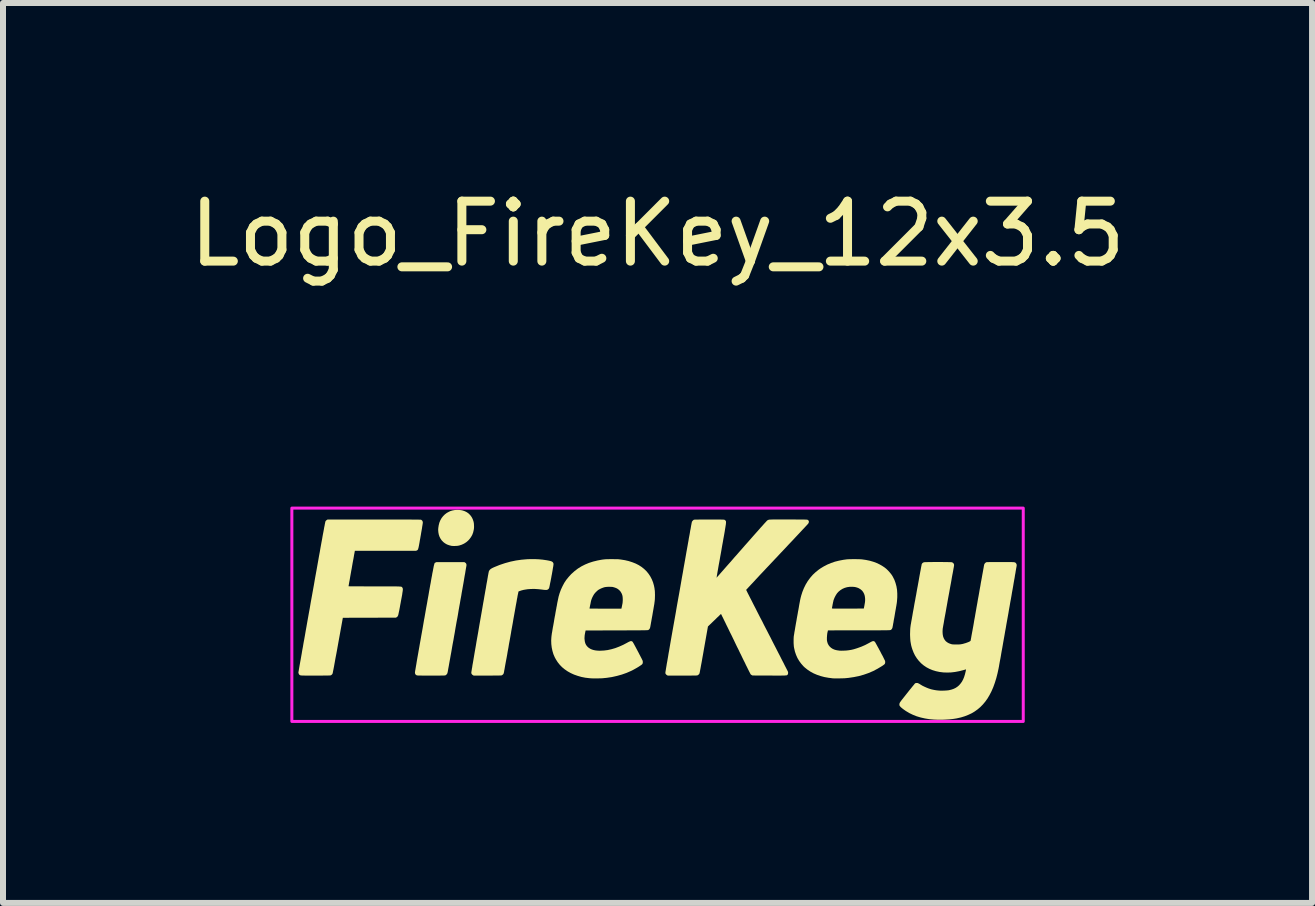
<source format=kicad_pcb>
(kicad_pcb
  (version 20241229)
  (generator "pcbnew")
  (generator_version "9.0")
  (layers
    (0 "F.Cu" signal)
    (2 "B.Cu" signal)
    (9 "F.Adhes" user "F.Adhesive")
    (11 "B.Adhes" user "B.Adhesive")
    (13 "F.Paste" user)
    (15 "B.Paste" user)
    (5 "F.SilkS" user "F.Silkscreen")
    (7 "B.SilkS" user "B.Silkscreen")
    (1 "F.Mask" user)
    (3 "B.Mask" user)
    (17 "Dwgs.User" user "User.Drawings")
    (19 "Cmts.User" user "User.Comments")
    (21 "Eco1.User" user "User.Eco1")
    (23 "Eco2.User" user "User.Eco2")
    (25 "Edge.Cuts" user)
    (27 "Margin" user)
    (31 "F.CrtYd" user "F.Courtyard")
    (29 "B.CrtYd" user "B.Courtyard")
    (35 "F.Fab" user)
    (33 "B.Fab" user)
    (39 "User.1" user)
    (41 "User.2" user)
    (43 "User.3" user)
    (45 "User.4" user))
  (footprint "Logo_FireKey_12x3.5"
    (layer "F.Cu")
    (at 7.911 7.198)
    (property "Reference" "Logo_FireKey_12x3.5" (at 0 -6.35 0) (unlocked yes) (layer "F.SilkS") (effects (font (size 1 1) (thickness 0.15))))
    (attr smd)
    (fp_poly (pts (xy -3.305 -1.748) (xy -3.269 -1.743) (xy -3.247 -1.738) (xy -3.21 -1.725) (xy -3.177 -1.708) (xy -3.147 -1.686) (xy -3.121 -1.659) (xy -3.099 -1.629) (xy -3.082 -1.596) (xy -3.069 -1.559) (xy -3.064 -1.537) (xy -3.061 -1.517) (xy -3.06 -1.493) (xy -3.059 -1.468) (xy -3.06 -1.443) (xy -3.063 -1.421) (xy -3.064 -1.415) (xy -3.074 -1.372) (xy -3.089 -1.332) (xy -3.11 -1.295) (xy -3.135 -1.261) (xy -3.157 -1.237) (xy -3.19 -1.209) (xy -3.226 -1.186) (xy -3.265 -1.168) (xy -3.305 -1.155) (xy -3.31 -1.154) (xy -3.33 -1.15) (xy -3.354 -1.148) (xy -3.379 -1.147) (xy -3.404 -1.147) (xy -3.425 -1.148) (xy -3.435 -1.149) (xy -3.474 -1.159) (xy -3.51 -1.172) (xy -3.543 -1.191) (xy -3.572 -1.213) (xy -3.597 -1.239) (xy -3.618 -1.269) (xy -3.635 -1.302) (xy -3.647 -1.338) (xy -3.654 -1.376) (xy -3.657 -1.417) (xy -3.655 -1.447) (xy -3.648 -1.493) (xy -3.637 -1.536) (xy -3.621 -1.575) (xy -3.6 -1.612) (xy -3.575 -1.644) (xy -3.546 -1.673) (xy -3.513 -1.698) (xy -3.476 -1.718) (xy -3.452 -1.729) (xy -3.418 -1.739) (xy -3.381 -1.746) (xy -3.343 -1.749)) (stroke (width 0) (type solid)) (fill yes) (layer "F.SilkS"))
    (fp_poly (pts (xy -3.209 -0.871) (xy -3.196 -0.861) (xy -3.188 -0.848) (xy -3.185 -0.832) (xy -3.185 -0.828) (xy -3.185 -0.824) (xy -3.187 -0.814) (xy -3.189 -0.799) (xy -3.193 -0.78) (xy -3.197 -0.755) (xy -3.202 -0.726) (xy -3.207 -0.693) (xy -3.214 -0.657) (xy -3.221 -0.616) (xy -3.228 -0.573) (xy -3.236 -0.526) (xy -3.245 -0.476) (xy -3.254 -0.424) (xy -3.264 -0.37) (xy -3.273 -0.314) (xy -3.284 -0.256) (xy -3.294 -0.196) (xy -3.305 -0.136) (xy -3.316 -0.074) (xy -3.326 -0.012) (xy -3.337 0.051) (xy -3.349 0.113) (xy -3.36 0.175) (xy -3.371 0.237) (xy -3.381 0.299) (xy -3.392 0.359) (xy -3.402 0.418) (xy -3.413 0.475) (xy -3.423 0.531) (xy -3.432 0.584) (xy -3.441 0.636) (xy -3.45 0.684) (xy -3.458 0.73) (xy -3.466 0.773) (xy -3.473 0.812) (xy -3.479 0.847) (xy -3.485 0.879) (xy -3.49 0.906) (xy -3.494 0.929) (xy -3.497 0.947) (xy -3.5 0.96) (xy -3.502 0.968) (xy -3.502 0.97) (xy -3.509 0.985) (xy -3.52 0.998) (xy -3.533 1.008) (xy -3.54 1.01) (xy -3.544 1.011) (xy -3.551 1.012) (xy -3.561 1.012) (xy -3.575 1.013) (xy -3.592 1.013) (xy -3.613 1.013) (xy -3.639 1.014) (xy -3.67 1.014) (xy -3.706 1.014) (xy -3.747 1.014) (xy -3.778 1.014) (xy -3.82 1.014) (xy -3.857 1.014) (xy -3.888 1.014) (xy -3.915 1.014) (xy -3.937 1.013) (xy -3.956 1.013) (xy -3.971 1.013) (xy -3.983 1.013) (xy -3.993 1.012) (xy -4 1.012) (xy -4.006 1.011) (xy -4.01 1.01) (xy -4.013 1.01) (xy -4.015 1.009) (xy -4.016 1.008) (xy -4.03 1) (xy -4.038 0.989) (xy -4.043 0.975) (xy -4.044 0.96) (xy -4.044 0.956) (xy -4.042 0.946) (xy -4.04 0.931) (xy -4.036 0.911) (xy -4.032 0.887) (xy -4.027 0.857) (xy -4.021 0.823) (xy -4.015 0.785) (xy -4.008 0.743) (xy -4 0.698) (xy -3.991 0.648) (xy -3.982 0.596) (xy -3.972 0.54) (xy -3.962 0.482) (xy -3.951 0.421) (xy -3.94 0.357) (xy -3.928 0.291) (xy -3.916 0.224) (xy -3.904 0.154) (xy -3.892 0.083) (xy -3.886 0.053) (xy -3.871 -0.033) (xy -3.857 -0.114) (xy -3.843 -0.189) (xy -3.831 -0.259) (xy -3.819 -0.324) (xy -3.809 -0.384) (xy -3.799 -0.44) (xy -3.79 -0.491) (xy -3.781 -0.537) (xy -3.774 -0.58) (xy -3.767 -0.619) (xy -3.76 -0.654) (xy -3.755 -0.686) (xy -3.749 -0.714) (xy -3.744 -0.739) (xy -3.74 -0.762) (xy -3.736 -0.781) (xy -3.733 -0.798) (xy -3.73 -0.813) (xy -3.727 -0.825) (xy -3.724 -0.835) (xy -3.722 -0.844) (xy -3.72 -0.851) (xy -3.718 -0.856) (xy -3.716 -0.86) (xy -3.714 -0.863) (xy -3.712 -0.866) (xy -3.711 -0.867) (xy -3.709 -0.868) (xy -3.707 -0.869) (xy -3.705 -0.869) (xy -3.703 -0.87) (xy -3.701 -0.871) (xy -3.7 -0.871) (xy -3.686 -0.878) (xy -3.221 -0.878)) (stroke (width 0) (type solid)) (fill yes) (layer "F.SilkS"))
    (fp_poly (pts (xy -2.05 -0.928) (xy -1.982 -0.925) (xy -1.916 -0.919) (xy -1.848 -0.909) (xy -1.811 -0.902) (xy -1.79 -0.897) (xy -1.774 -0.893) (xy -1.761 -0.887) (xy -1.752 -0.881) (xy -1.745 -0.874) (xy -1.742 -0.87) (xy -1.738 -0.862) (xy -1.735 -0.854) (xy -1.735 -0.843) (xy -1.735 -0.841) (xy -1.735 -0.833) (xy -1.737 -0.821) (xy -1.739 -0.805) (xy -1.743 -0.785) (xy -1.747 -0.761) (xy -1.751 -0.735) (xy -1.756 -0.708) (xy -1.761 -0.678) (xy -1.767 -0.649) (xy -1.772 -0.619) (xy -1.778 -0.589) (xy -1.783 -0.561) (xy -1.789 -0.534) (xy -1.794 -0.509) (xy -1.798 -0.487) (xy -1.802 -0.469) (xy -1.805 -0.455) (xy -1.808 -0.446) (xy -1.809 -0.442) (xy -1.819 -0.429) (xy -1.828 -0.422) (xy -1.836 -0.418) (xy -1.844 -0.415) (xy -1.855 -0.414) (xy -1.868 -0.414) (xy -1.884 -0.415) (xy -1.905 -0.417) (xy -1.926 -0.42) (xy -1.99 -0.427) (xy -2.052 -0.431) (xy -2.111 -0.43) (xy -2.166 -0.426) (xy -2.217 -0.418) (xy -2.234 -0.415) (xy -2.249 -0.411) (xy -2.265 -0.407) (xy -2.281 -0.402) (xy -2.295 -0.397) (xy -2.307 -0.393) (xy -2.315 -0.389) (xy -2.318 -0.388) (xy -2.318 -0.386) (xy -2.32 -0.382) (xy -2.321 -0.374) (xy -2.323 -0.363) (xy -2.326 -0.349) (xy -2.33 -0.332) (xy -2.334 -0.311) (xy -2.338 -0.286) (xy -2.344 -0.258) (xy -2.349 -0.225) (xy -2.356 -0.188) (xy -2.364 -0.146) (xy -2.372 -0.1) (xy -2.381 -0.049) (xy -2.391 0.007) (xy -2.402 0.067) (xy -2.413 0.134) (xy -2.426 0.205) (xy -2.44 0.282) (xy -2.441 0.291) (xy -2.453 0.36) (xy -2.465 0.427) (xy -2.477 0.491) (xy -2.487 0.553) (xy -2.498 0.61) (xy -2.507 0.665) (xy -2.516 0.715) (xy -2.525 0.762) (xy -2.533 0.805) (xy -2.54 0.843) (xy -2.546 0.877) (xy -2.551 0.907) (xy -2.556 0.931) (xy -2.559 0.951) (xy -2.562 0.965) (xy -2.564 0.974) (xy -2.565 0.977) (xy -2.573 0.991) (xy -2.585 1.002) (xy -2.598 1.01) (xy -2.598 1.01) (xy -2.602 1.011) (xy -2.609 1.011) (xy -2.62 1.012) (xy -2.634 1.012) (xy -2.653 1.013) (xy -2.676 1.013) (xy -2.705 1.013) (xy -2.737 1.013) (xy -2.776 1.014) (xy -2.819 1.014) (xy -2.836 1.014) (xy -3.064 1.014) (xy -3.077 1.007) (xy -3.091 0.997) (xy -3.1 0.984) (xy -3.105 0.971) (xy -3.105 0.968) (xy -3.104 0.961) (xy -3.103 0.951) (xy -3.101 0.938) (xy -3.098 0.921) (xy -3.095 0.899) (xy -3.09 0.874) (xy -3.086 0.844) (xy -3.08 0.811) (xy -3.073 0.772) (xy -3.066 0.729) (xy -3.058 0.682) (xy -3.049 0.629) (xy -3.039 0.572) (xy -3.028 0.51) (xy -3.017 0.442) (xy -3.004 0.369) (xy -2.99 0.29) (xy -2.976 0.206) (xy -2.972 0.183) (xy -2.957 0.097) (xy -2.943 0.017) (xy -2.93 -0.057) (xy -2.918 -0.127) (xy -2.907 -0.191) (xy -2.896 -0.251) (xy -2.887 -0.306) (xy -2.878 -0.356) (xy -2.87 -0.403) (xy -2.862 -0.445) (xy -2.856 -0.483) (xy -2.85 -0.518) (xy -2.844 -0.549) (xy -2.839 -0.577) (xy -2.835 -0.602) (xy -2.831 -0.624) (xy -2.828 -0.643) (xy -2.825 -0.659) (xy -2.822 -0.674) (xy -2.82 -0.686) (xy -2.818 -0.696) (xy -2.816 -0.704) (xy -2.815 -0.711) (xy -2.814 -0.716) (xy -2.813 -0.72) (xy -2.812 -0.723) (xy -2.811 -0.725) (xy -2.811 -0.727) (xy -2.81 -0.728) (xy -2.81 -0.729) (xy -2.809 -0.73) (xy -2.808 -0.73) (xy -2.808 -0.732) (xy -2.808 -0.732) (xy -2.801 -0.744) (xy -2.792 -0.754) (xy -2.78 -0.764) (xy -2.766 -0.773) (xy -2.747 -0.783) (xy -2.723 -0.794) (xy -2.723 -0.794) (xy -2.632 -0.831) (xy -2.542 -0.861) (xy -2.451 -0.886) (xy -2.36 -0.905) (xy -2.268 -0.918) (xy -2.175 -0.926) (xy -2.121 -0.928)) (stroke (width 0) (type solid)) (fill yes) (layer "F.SilkS"))
    (fp_poly (pts (xy -4.645 -1.588) (xy -4.571 -1.588) (xy -4.502 -1.588) (xy -4.439 -1.588) (xy -4.38 -1.588) (xy -4.327 -1.588) (xy -4.278 -1.588) (xy -4.233 -1.588) (xy -4.192 -1.588) (xy -4.156 -1.588) (xy -4.123 -1.588) (xy -4.094 -1.587) (xy -4.068 -1.587) (xy -4.045 -1.587) (xy -4.025 -1.587) (xy -4.008 -1.587) (xy -3.994 -1.587) (xy -3.981 -1.586) (xy -3.971 -1.586) (xy -3.963 -1.586) (xy -3.956 -1.585) (xy -3.951 -1.585) (xy -3.947 -1.585) (xy -3.944 -1.584) (xy -3.942 -1.584) (xy -3.94 -1.583) (xy -3.94 -1.583) (xy -3.926 -1.573) (xy -3.917 -1.559) (xy -3.913 -1.542) (xy -3.913 -1.542) (xy -3.913 -1.536) (xy -3.914 -1.526) (xy -3.916 -1.512) (xy -3.919 -1.493) (xy -3.923 -1.47) (xy -3.927 -1.441) (xy -3.933 -1.407) (xy -3.94 -1.368) (xy -3.947 -1.324) (xy -3.949 -1.315) (xy -3.956 -1.273) (xy -3.963 -1.237) (xy -3.968 -1.205) (xy -3.973 -1.178) (xy -3.977 -1.156) (xy -3.981 -1.137) (xy -3.984 -1.121) (xy -3.988 -1.109) (xy -3.99 -1.099) (xy -3.993 -1.092) (xy -3.996 -1.086) (xy -3.999 -1.082) (xy -4.002 -1.079) (xy -4.005 -1.076) (xy -4.009 -1.074) (xy -4.013 -1.073) (xy -4.025 -1.066) (xy -5.046 -1.066) (xy -5.047 -1.058) (xy -5.048 -1.054) (xy -5.05 -1.045) (xy -5.052 -1.03) (xy -5.056 -1.012) (xy -5.06 -0.99) (xy -5.064 -0.964) (xy -5.069 -0.936) (xy -5.075 -0.905) (xy -5.081 -0.873) (xy -5.087 -0.839) (xy -5.093 -0.804) (xy -5.099 -0.768) (xy -5.106 -0.733) (xy -5.112 -0.698) (xy -5.118 -0.664) (xy -5.124 -0.631) (xy -5.129 -0.6) (xy -5.134 -0.571) (xy -5.139 -0.546) (xy -5.143 -0.523) (xy -5.146 -0.504) (xy -5.149 -0.49) (xy -5.15 -0.48) (xy -5.151 -0.475) (xy -5.151 -0.475) (xy -5.148 -0.475) (xy -5.14 -0.475) (xy -5.126 -0.474) (xy -5.108 -0.474) (xy -5.085 -0.474) (xy -5.058 -0.474) (xy -5.026 -0.474) (xy -4.992 -0.474) (xy -4.954 -0.474) (xy -4.913 -0.474) (xy -4.869 -0.473) (xy -4.823 -0.473) (xy -4.775 -0.473) (xy -4.725 -0.473) (xy -4.717 -0.473) (xy -4.657 -0.473) (xy -4.603 -0.473) (xy -4.554 -0.473) (xy -4.51 -0.473) (xy -4.471 -0.473) (xy -4.436 -0.473) (xy -4.405 -0.473) (xy -4.379 -0.473) (xy -4.356 -0.473) (xy -4.336 -0.472) (xy -4.319 -0.472) (xy -4.305 -0.471) (xy -4.294 -0.47) (xy -4.284 -0.47) (xy -4.277 -0.469) (xy -4.271 -0.467) (xy -4.267 -0.466) (xy -4.264 -0.465) (xy -4.262 -0.463) (xy -4.26 -0.461) (xy -4.258 -0.459) (xy -4.257 -0.456) (xy -4.255 -0.454) (xy -4.255 -0.453) (xy -4.252 -0.45) (xy -4.25 -0.446) (xy -4.248 -0.441) (xy -4.247 -0.436) (xy -4.246 -0.429) (xy -4.246 -0.42) (xy -4.247 -0.41) (xy -4.248 -0.396) (xy -4.251 -0.38) (xy -4.254 -0.361) (xy -4.257 -0.337) (xy -4.262 -0.31) (xy -4.268 -0.278) (xy -4.275 -0.241) (xy -4.282 -0.202) (xy -4.29 -0.16) (xy -4.296 -0.125) (xy -4.302 -0.094) (xy -4.307 -0.067) (xy -4.312 -0.045) (xy -4.316 -0.027) (xy -4.319 -0.011) (xy -4.322 0.001) (xy -4.325 0.011) (xy -4.329 0.018) (xy -4.332 0.024) (xy -4.335 0.029) (xy -4.338 0.033) (xy -4.342 0.036) (xy -4.347 0.039) (xy -4.347 0.039) (xy -4.36 0.048) (xy -4.803 0.049) (xy -5.246 0.05) (xy -5.329 0.509) (xy -5.338 0.56) (xy -5.347 0.61) (xy -5.356 0.658) (xy -5.365 0.704) (xy -5.373 0.747) (xy -5.38 0.788) (xy -5.387 0.826) (xy -5.393 0.86) (xy -5.399 0.891) (xy -5.404 0.917) (xy -5.409 0.94) (xy -5.412 0.958) (xy -5.415 0.971) (xy -5.417 0.978) (xy -5.417 0.98) (xy -5.426 0.994) (xy -5.439 1.005) (xy -5.452 1.011) (xy -5.457 1.011) (xy -5.468 1.012) (xy -5.484 1.012) (xy -5.507 1.013) (xy -5.534 1.013) (xy -5.567 1.013) (xy -5.606 1.014) (xy -5.649 1.014) (xy -5.698 1.014) (xy -5.704 1.014) (xy -5.747 1.014) (xy -5.785 1.014) (xy -5.817 1.014) (xy -5.845 1.014) (xy -5.869 1.014) (xy -5.889 1.013) (xy -5.905 1.013) (xy -5.919 1.013) (xy -5.929 1.012) (xy -5.937 1.012) (xy -5.944 1.011) (xy -5.948 1.011) (xy -5.952 1.01) (xy -5.954 1.009) (xy -5.956 1.008) (xy -5.965 1.004) (xy -5.972 0.999) (xy -5.973 0.997) (xy -5.979 0.988) (xy -5.984 0.976) (xy -5.987 0.964) (xy -5.987 0.962) (xy -5.986 0.958) (xy -5.985 0.949) (xy -5.982 0.935) (xy -5.979 0.915) (xy -5.975 0.891) (xy -5.97 0.862) (xy -5.964 0.828) (xy -5.957 0.789) (xy -5.949 0.746) (xy -5.941 0.699) (xy -5.932 0.649) (xy -5.923 0.594) (xy -5.912 0.536) (xy -5.902 0.475) (xy -5.89 0.411) (xy -5.878 0.344) (xy -5.866 0.273) (xy -5.853 0.201) (xy -5.84 0.126) (xy -5.826 0.048) (xy -5.812 -0.031) (xy -5.797 -0.112) (xy -5.783 -0.195) (xy -5.768 -0.279) (xy -5.765 -0.295) (xy -5.746 -0.4) (xy -5.728 -0.5) (xy -5.712 -0.594) (xy -5.696 -0.682) (xy -5.681 -0.765) (xy -5.667 -0.844) (xy -5.654 -0.917) (xy -5.642 -0.986) (xy -5.63 -1.049) (xy -5.62 -1.109) (xy -5.61 -1.164) (xy -5.601 -1.214) (xy -5.592 -1.261) (xy -5.585 -1.303) (xy -5.578 -1.342) (xy -5.571 -1.377) (xy -5.565 -1.409) (xy -5.56 -1.437) (xy -5.556 -1.461) (xy -5.551 -1.483) (xy -5.548 -1.501) (xy -5.545 -1.517) (xy -5.542 -1.53) (xy -5.54 -1.54) (xy -5.539 -1.548) (xy -5.537 -1.553) (xy -5.536 -1.557) (xy -5.536 -1.557) (xy -5.527 -1.57) (xy -5.515 -1.579) (xy -5.501 -1.588) (xy -4.725 -1.588)) (stroke (width 0) (type solid)) (fill yes) (layer "F.SilkS"))
    (fp_poly (pts (xy 3.318 -0.927) (xy 3.344 -0.927) (xy 3.367 -0.926) (xy 3.387 -0.925) (xy 3.403 -0.924) (xy 3.405 -0.924) (xy 3.474 -0.914) (xy 3.537 -0.901) (xy 3.596 -0.884) (xy 3.652 -0.863) (xy 3.703 -0.839) (xy 3.751 -0.811) (xy 3.784 -0.789) (xy 3.813 -0.766) (xy 3.842 -0.738) (xy 3.87 -0.707) (xy 3.896 -0.675) (xy 3.917 -0.643) (xy 3.923 -0.632) (xy 3.948 -0.583) (xy 3.967 -0.53) (xy 3.982 -0.475) (xy 3.992 -0.416) (xy 3.996 -0.355) (xy 3.996 -0.291) (xy 3.991 -0.225) (xy 3.987 -0.19) (xy 3.985 -0.181) (xy 3.983 -0.167) (xy 3.98 -0.148) (xy 3.976 -0.127) (xy 3.972 -0.102) (xy 3.967 -0.075) (xy 3.962 -0.047) (xy 3.957 -0.017) (xy 3.952 0.013) (xy 3.947 0.043) (xy 3.941 0.073) (xy 3.936 0.101) (xy 3.932 0.128) (xy 3.927 0.152) (xy 3.924 0.173) (xy 3.92 0.191) (xy 3.918 0.204) (xy 3.916 0.213) (xy 3.915 0.216) (xy 3.909 0.231) (xy 3.899 0.244) (xy 3.888 0.253) (xy 3.887 0.253) (xy 3.885 0.254) (xy 3.884 0.254) (xy 3.881 0.255) (xy 3.878 0.255) (xy 3.873 0.256) (xy 3.868 0.256) (xy 3.86 0.257) (xy 3.851 0.257) (xy 3.84 0.257) (xy 3.826 0.258) (xy 3.809 0.258) (xy 3.79 0.258) (xy 3.767 0.258) (xy 3.741 0.258) (xy 3.712 0.259) (xy 3.678 0.259) (xy 3.64 0.259) (xy 3.598 0.259) (xy 3.551 0.259) (xy 3.499 0.259) (xy 3.441 0.259) (xy 3.378 0.259) (xy 3.358 0.259) (xy 2.84 0.26) (xy 2.839 0.267) (xy 2.833 0.291) (xy 2.829 0.311) (xy 2.827 0.329) (xy 2.825 0.348) (xy 2.824 0.369) (xy 2.823 0.376) (xy 2.823 0.396) (xy 2.823 0.411) (xy 2.823 0.424) (xy 2.825 0.435) (xy 2.827 0.445) (xy 2.827 0.446) (xy 2.836 0.477) (xy 2.851 0.506) (xy 2.87 0.53) (xy 2.893 0.551) (xy 2.921 0.569) (xy 2.952 0.582) (xy 2.97 0.587) (xy 2.992 0.592) (xy 3.014 0.595) (xy 3.036 0.598) (xy 3.061 0.599) (xy 3.089 0.598) (xy 3.102 0.598) (xy 3.146 0.596) (xy 3.189 0.591) (xy 3.231 0.584) (xy 3.273 0.574) (xy 3.318 0.56) (xy 3.33 0.556) (xy 3.397 0.532) (xy 3.461 0.504) (xy 3.522 0.472) (xy 3.535 0.465) (xy 3.556 0.453) (xy 3.573 0.445) (xy 3.586 0.44) (xy 3.598 0.439) (xy 3.607 0.44) (xy 3.616 0.445) (xy 3.622 0.451) (xy 3.626 0.455) (xy 3.631 0.464) (xy 3.639 0.478) (xy 3.648 0.494) (xy 3.659 0.514) (xy 3.671 0.536) (xy 3.684 0.559) (xy 3.697 0.584) (xy 3.711 0.609) (xy 3.724 0.635) (xy 3.737 0.66) (xy 3.75 0.683) (xy 3.761 0.705) (xy 3.771 0.725) (xy 3.779 0.742) (xy 3.786 0.755) (xy 3.79 0.764) (xy 3.792 0.768) (xy 3.795 0.787) (xy 3.793 0.805) (xy 3.787 0.82) (xy 3.781 0.826) (xy 3.771 0.834) (xy 3.756 0.845) (xy 3.741 0.855) (xy 3.668 0.899) (xy 3.594 0.938) (xy 3.517 0.971) (xy 3.437 0.999) (xy 3.355 1.022) (xy 3.27 1.039) (xy 3.182 1.052) (xy 3.12 1.058) (xy 3.106 1.058) (xy 3.089 1.059) (xy 3.068 1.059) (xy 3.045 1.06) (xy 3.02 1.06) (xy 2.996 1.06) (xy 2.973 1.06) (xy 2.953 1.06) (xy 2.935 1.06) (xy 2.922 1.059) (xy 2.918 1.059) (xy 2.848 1.05) (xy 2.781 1.038) (xy 2.717 1.021) (xy 2.656 1) (xy 2.6 0.976) (xy 2.547 0.947) (xy 2.498 0.914) (xy 2.453 0.878) (xy 2.432 0.858) (xy 2.394 0.815) (xy 2.361 0.77) (xy 2.332 0.721) (xy 2.309 0.669) (xy 2.29 0.614) (xy 2.277 0.557) (xy 2.276 0.552) (xy 2.272 0.529) (xy 2.27 0.502) (xy 2.268 0.472) (xy 2.268 0.441) (xy 2.268 0.41) (xy 2.269 0.382) (xy 2.271 0.356) (xy 2.271 0.354) (xy 2.273 0.346) (xy 2.275 0.333) (xy 2.278 0.315) (xy 2.281 0.293) (xy 2.286 0.267) (xy 2.291 0.238) (xy 2.296 0.206) (xy 2.302 0.172) (xy 2.308 0.137) (xy 2.315 0.1) (xy 2.321 0.062) (xy 2.328 0.024) (xy 2.335 -0.013) (xy 2.341 -0.05) (xy 2.348 -0.085) (xy 2.352 -0.108) (xy 2.907 -0.108) (xy 2.907 -0.107) (xy 2.908 -0.106) (xy 2.91 -0.105) (xy 2.913 -0.105) (xy 2.917 -0.104) (xy 2.923 -0.104) (xy 2.932 -0.103) (xy 2.943 -0.103) (xy 2.958 -0.103) (xy 2.975 -0.103) (xy 2.997 -0.103) (xy 3.022 -0.103) (xy 3.052 -0.103) (xy 3.087 -0.103) (xy 3.127 -0.103) (xy 3.172 -0.103) (xy 3.172 -0.103) (xy 3.438 -0.104) (xy 3.447 -0.149) (xy 3.453 -0.183) (xy 3.458 -0.212) (xy 3.46 -0.238) (xy 3.46 -0.262) (xy 3.459 -0.279) (xy 3.454 -0.315) (xy 3.444 -0.347) (xy 3.429 -0.376) (xy 3.411 -0.401) (xy 3.387 -0.422) (xy 3.36 -0.439) (xy 3.353 -0.443) (xy 3.331 -0.452) (xy 3.308 -0.459) (xy 3.285 -0.464) (xy 3.258 -0.466) (xy 3.246 -0.467) (xy 3.202 -0.466) (xy 3.16 -0.46) (xy 3.121 -0.449) (xy 3.084 -0.433) (xy 3.05 -0.412) (xy 3.019 -0.387) (xy 2.993 -0.359) (xy 2.979 -0.338) (xy 2.964 -0.313) (xy 2.951 -0.287) (xy 2.94 -0.26) (xy 2.932 -0.237) (xy 2.93 -0.225) (xy 2.926 -0.211) (xy 2.923 -0.194) (xy 2.919 -0.176) (xy 2.916 -0.158) (xy 2.913 -0.142) (xy 2.91 -0.127) (xy 2.908 -0.116) (xy 2.907 -0.109) (xy 2.907 -0.108) (xy 2.352 -0.108) (xy 2.354 -0.119) (xy 2.359 -0.15) (xy 2.364 -0.178) (xy 2.369 -0.204) (xy 2.373 -0.225) (xy 2.376 -0.242) (xy 2.377 -0.247) (xy 2.385 -0.283) (xy 2.395 -0.321) (xy 2.407 -0.358) (xy 2.413 -0.378) (xy 2.439 -0.443) (xy 2.469 -0.504) (xy 2.504 -0.562) (xy 2.543 -0.615) (xy 2.586 -0.665) (xy 2.634 -0.71) (xy 2.686 -0.752) (xy 2.716 -0.773) (xy 2.772 -0.807) (xy 2.83 -0.837) (xy 2.892 -0.863) (xy 2.956 -0.885) (xy 3.024 -0.902) (xy 3.096 -0.916) (xy 3.154 -0.924) (xy 3.168 -0.925) (xy 3.187 -0.926) (xy 3.21 -0.927) (xy 3.236 -0.927) (xy 3.263 -0.928) (xy 3.291 -0.928)) (stroke (width 0) (type solid)) (fill yes) (layer "F.SilkS"))
    (fp_poly (pts (xy -0.728 -0.927) (xy -0.705 -0.927) (xy -0.685 -0.927) (xy -0.668 -0.926) (xy -0.654 -0.926) (xy -0.64 -0.924) (xy -0.627 -0.923) (xy -0.613 -0.921) (xy -0.612 -0.921) (xy -0.543 -0.91) (xy -0.48 -0.895) (xy -0.421 -0.876) (xy -0.365 -0.854) (xy -0.314 -0.828) (xy -0.267 -0.798) (xy -0.224 -0.764) (xy -0.22 -0.76) (xy -0.182 -0.723) (xy -0.149 -0.682) (xy -0.12 -0.638) (xy -0.095 -0.59) (xy -0.075 -0.54) (xy -0.06 -0.487) (xy -0.051 -0.442) (xy -0.049 -0.422) (xy -0.046 -0.406) (xy -0.045 -0.391) (xy -0.044 -0.376) (xy -0.044 -0.359) (xy -0.043 -0.34) (xy -0.043 -0.324) (xy -0.044 -0.289) (xy -0.045 -0.258) (xy -0.048 -0.228) (xy -0.052 -0.198) (xy -0.054 -0.18) (xy -0.057 -0.165) (xy -0.06 -0.146) (xy -0.064 -0.124) (xy -0.068 -0.099) (xy -0.073 -0.071) (xy -0.078 -0.043) (xy -0.083 -0.013) (xy -0.088 0.017) (xy -0.094 0.048) (xy -0.099 0.077) (xy -0.104 0.105) (xy -0.109 0.132) (xy -0.113 0.156) (xy -0.117 0.177) (xy -0.12 0.195) (xy -0.123 0.208) (xy -0.125 0.217) (xy -0.126 0.221) (xy -0.133 0.234) (xy -0.143 0.246) (xy -0.153 0.253) (xy -0.154 0.254) (xy -0.156 0.255) (xy -0.159 0.255) (xy -0.163 0.256) (xy -0.168 0.256) (xy -0.175 0.257) (xy -0.183 0.257) (xy -0.194 0.257) (xy -0.207 0.258) (xy -0.223 0.258) (xy -0.242 0.258) (xy -0.263 0.258) (xy -0.288 0.259) (xy -0.317 0.259) (xy -0.35 0.259) (xy -0.387 0.259) (xy -0.428 0.259) (xy -0.474 0.259) (xy -0.524 0.26) (xy -0.58 0.26) (xy -0.642 0.26) (xy -0.681 0.26) (xy -1.199 0.262) (xy -1.204 0.283) (xy -1.21 0.313) (xy -1.215 0.343) (xy -1.217 0.372) (xy -1.218 0.399) (xy -1.217 0.406) (xy -1.213 0.442) (xy -1.205 0.474) (xy -1.192 0.502) (xy -1.174 0.526) (xy -1.152 0.547) (xy -1.126 0.564) (xy -1.119 0.568) (xy -1.094 0.579) (xy -1.068 0.587) (xy -1.041 0.593) (xy -1.01 0.597) (xy -0.976 0.599) (xy -0.956 0.599) (xy -0.894 0.596) (xy -0.831 0.588) (xy -0.768 0.574) (xy -0.703 0.555) (xy -0.638 0.53) (xy -0.571 0.5) (xy -0.503 0.464) (xy -0.5 0.462) (xy -0.481 0.452) (xy -0.465 0.445) (xy -0.453 0.44) (xy -0.443 0.439) (xy -0.435 0.439) (xy -0.428 0.442) (xy -0.42 0.447) (xy -0.414 0.452) (xy -0.412 0.456) (xy -0.407 0.465) (xy -0.399 0.478) (xy -0.39 0.494) (xy -0.38 0.513) (xy -0.368 0.535) (xy -0.356 0.558) (xy -0.343 0.582) (xy -0.33 0.607) (xy -0.316 0.633) (xy -0.304 0.657) (xy -0.291 0.681) (xy -0.28 0.703) (xy -0.27 0.722) (xy -0.261 0.739) (xy -0.255 0.753) (xy -0.25 0.762) (xy -0.248 0.767) (xy -0.248 0.768) (xy -0.246 0.781) (xy -0.246 0.796) (xy -0.248 0.809) (xy -0.253 0.819) (xy -0.253 0.82) (xy -0.26 0.827) (xy -0.27 0.836) (xy -0.285 0.846) (xy -0.303 0.858) (xy -0.323 0.871) (xy -0.345 0.884) (xy -0.368 0.897) (xy -0.391 0.91) (xy -0.413 0.922) (xy -0.435 0.933) (xy -0.437 0.934) (xy -0.515 0.968) (xy -0.594 0.996) (xy -0.676 1.019) (xy -0.761 1.038) (xy -0.848 1.051) (xy -0.919 1.058) (xy -0.936 1.059) (xy -0.957 1.059) (xy -0.981 1.06) (xy -1.007 1.06) (xy -1.034 1.06) (xy -1.06 1.06) (xy -1.085 1.06) (xy -1.107 1.059) (xy -1.125 1.058) (xy -1.135 1.057) (xy -1.204 1.049) (xy -1.27 1.036) (xy -1.332 1.018) (xy -1.392 0.997) (xy -1.447 0.972) (xy -1.499 0.943) (xy -1.547 0.91) (xy -1.591 0.874) (xy -1.63 0.834) (xy -1.665 0.79) (xy -1.695 0.743) (xy -1.714 0.708) (xy -1.736 0.657) (xy -1.752 0.603) (xy -1.764 0.547) (xy -1.771 0.489) (xy -1.773 0.43) (xy -1.771 0.392) (xy -1.77 0.382) (xy -1.77 0.374) (xy -1.769 0.366) (xy -1.768 0.357) (xy -1.767 0.349) (xy -1.766 0.339) (xy -1.764 0.328) (xy -1.763 0.315) (xy -1.76 0.301) (xy -1.757 0.284) (xy -1.754 0.265) (xy -1.75 0.242) (xy -1.746 0.216) (xy -1.74 0.186) (xy -1.734 0.152) (xy -1.727 0.113) (xy -1.72 0.069) (xy -1.711 0.02) (xy -1.709 0.013) (xy -1.701 -0.036) (xy -1.693 -0.08) (xy -1.688 -0.104) (xy -1.134 -0.104) (xy -1.131 -0.104) (xy -1.123 -0.103) (xy -1.109 -0.103) (xy -1.091 -0.103) (xy -1.069 -0.103) (xy -1.043 -0.103) (xy -1.014 -0.103) (xy -0.982 -0.102) (xy -0.947 -0.102) (xy -0.91 -0.102) (xy -0.871 -0.102) (xy -0.603 -0.102) (xy -0.601 -0.109) (xy -0.6 -0.114) (xy -0.598 -0.123) (xy -0.595 -0.137) (xy -0.592 -0.152) (xy -0.59 -0.162) (xy -0.586 -0.182) (xy -0.583 -0.197) (xy -0.582 -0.211) (xy -0.581 -0.225) (xy -0.58 -0.241) (xy -0.58 -0.254) (xy -0.581 -0.282) (xy -0.583 -0.304) (xy -0.587 -0.324) (xy -0.593 -0.342) (xy -0.601 -0.36) (xy -0.604 -0.365) (xy -0.62 -0.391) (xy -0.64 -0.412) (xy -0.662 -0.43) (xy -0.689 -0.445) (xy -0.72 -0.456) (xy -0.731 -0.459) (xy -0.741 -0.462) (xy -0.75 -0.464) (xy -0.759 -0.465) (xy -0.771 -0.465) (xy -0.786 -0.466) (xy -0.805 -0.466) (xy -0.808 -0.466) (xy -0.828 -0.466) (xy -0.843 -0.465) (xy -0.855 -0.464) (xy -0.865 -0.463) (xy -0.875 -0.461) (xy -0.886 -0.459) (xy -0.89 -0.458) (xy -0.911 -0.451) (xy -0.934 -0.442) (xy -0.956 -0.432) (xy -0.976 -0.421) (xy -0.987 -0.415) (xy -1.003 -0.402) (xy -1.02 -0.386) (xy -1.037 -0.369) (xy -1.051 -0.352) (xy -1.058 -0.343) (xy -1.073 -0.318) (xy -1.088 -0.289) (xy -1.1 -0.26) (xy -1.106 -0.242) (xy -1.108 -0.234) (xy -1.111 -0.222) (xy -1.114 -0.207) (xy -1.117 -0.19) (xy -1.121 -0.172) (xy -1.125 -0.154) (xy -1.128 -0.137) (xy -1.131 -0.123) (xy -1.133 -0.112) (xy -1.134 -0.105) (xy -1.134 -0.104) (xy -1.688 -0.104) (xy -1.686 -0.119) (xy -1.679 -0.153) (xy -1.674 -0.183) (xy -1.669 -0.21) (xy -1.664 -0.233) (xy -1.66 -0.253) (xy -1.656 -0.271) (xy -1.653 -0.286) (xy -1.65 -0.3) (xy -1.647 -0.312) (xy -1.643 -0.324) (xy -1.64 -0.335) (xy -1.637 -0.345) (xy -1.634 -0.356) (xy -1.611 -0.419) (xy -1.584 -0.477) (xy -1.555 -0.532) (xy -1.521 -0.583) (xy -1.482 -0.631) (xy -1.439 -0.678) (xy -1.431 -0.685) (xy -1.381 -0.73) (xy -1.327 -0.771) (xy -1.269 -0.807) (xy -1.208 -0.838) (xy -1.143 -0.865) (xy -1.074 -0.887) (xy -1.001 -0.905) (xy -0.954 -0.914) (xy -0.931 -0.918) (xy -0.911 -0.921) (xy -0.892 -0.923) (xy -0.873 -0.925) (xy -0.854 -0.926) (xy -0.833 -0.927) (xy -0.808 -0.927) (xy -0.78 -0.928) (xy -0.757 -0.928)) (stroke (width 0) (type solid)) (fill yes) (layer "F.SilkS"))
    (fp_poly (pts (xy 4.704 -0.88) (xy 4.736 -0.88) (xy 4.767 -0.879) (xy 4.796 -0.879) (xy 4.823 -0.879) (xy 4.847 -0.878) (xy 4.867 -0.878) (xy 4.884 -0.877) (xy 4.896 -0.877) (xy 4.903 -0.876) (xy 4.903 -0.876) (xy 4.919 -0.87) (xy 4.931 -0.86) (xy 4.939 -0.847) (xy 4.943 -0.832) (xy 4.942 -0.82) (xy 4.942 -0.816) (xy 4.94 -0.807) (xy 4.938 -0.793) (xy 4.934 -0.773) (xy 4.93 -0.75) (xy 4.925 -0.721) (xy 4.919 -0.689) (xy 4.912 -0.654) (xy 4.905 -0.615) (xy 4.898 -0.572) (xy 4.89 -0.527) (xy 4.881 -0.48) (xy 4.872 -0.431) (xy 4.863 -0.379) (xy 4.853 -0.326) (xy 4.85 -0.31) (xy 4.84 -0.256) (xy 4.831 -0.204) (xy 4.822 -0.153) (xy 4.813 -0.104) (xy 4.805 -0.057) (xy 4.797 -0.013) (xy 4.789 0.029) (xy 4.782 0.067) (xy 4.776 0.102) (xy 4.771 0.133) (xy 4.766 0.16) (xy 4.762 0.182) (xy 4.759 0.2) (xy 4.757 0.212) (xy 4.755 0.22) (xy 4.755 0.221) (xy 4.753 0.237) (xy 4.752 0.255) (xy 4.751 0.274) (xy 4.751 0.284) (xy 4.753 0.323) (xy 4.759 0.358) (xy 4.77 0.389) (xy 4.785 0.416) (xy 4.804 0.44) (xy 4.828 0.459) (xy 4.856 0.475) (xy 4.889 0.487) (xy 4.893 0.488) (xy 4.902 0.491) (xy 4.91 0.492) (xy 4.919 0.494) (xy 4.93 0.494) (xy 4.944 0.495) (xy 4.962 0.495) (xy 4.977 0.495) (xy 5 0.495) (xy 5.017 0.495) (xy 5.032 0.494) (xy 5.044 0.493) (xy 5.055 0.492) (xy 5.067 0.489) (xy 5.072 0.489) (xy 5.094 0.484) (xy 5.117 0.477) (xy 5.139 0.471) (xy 5.16 0.463) (xy 5.179 0.456) (xy 5.195 0.449) (xy 5.207 0.442) (xy 5.216 0.436) (xy 5.218 0.432) (xy 5.219 0.428) (xy 5.221 0.419) (xy 5.223 0.405) (xy 5.227 0.386) (xy 5.231 0.362) (xy 5.236 0.334) (xy 5.242 0.301) (xy 5.249 0.265) (xy 5.256 0.225) (xy 5.264 0.182) (xy 5.272 0.135) (xy 5.28 0.086) (xy 5.29 0.034) (xy 5.299 -0.02) (xy 5.309 -0.076) (xy 5.319 -0.134) (xy 5.33 -0.194) (xy 5.331 -0.2) (xy 5.341 -0.26) (xy 5.352 -0.318) (xy 5.362 -0.375) (xy 5.371 -0.429) (xy 5.381 -0.482) (xy 5.389 -0.532) (xy 5.398 -0.579) (xy 5.406 -0.623) (xy 5.413 -0.663) (xy 5.42 -0.701) (xy 5.426 -0.734) (xy 5.431 -0.763) (xy 5.436 -0.788) (xy 5.439 -0.808) (xy 5.442 -0.823) (xy 5.444 -0.833) (xy 5.445 -0.838) (xy 5.445 -0.838) (xy 5.453 -0.853) (xy 5.463 -0.865) (xy 5.474 -0.872) (xy 5.486 -0.878) (xy 5.709 -0.879) (xy 5.752 -0.879) (xy 5.79 -0.879) (xy 5.823 -0.879) (xy 5.851 -0.879) (xy 5.874 -0.879) (xy 5.894 -0.879) (xy 5.911 -0.878) (xy 5.924 -0.878) (xy 5.935 -0.877) (xy 5.944 -0.876) (xy 5.95 -0.875) (xy 5.955 -0.873) (xy 5.96 -0.872) (xy 5.963 -0.87) (xy 5.967 -0.868) (xy 5.967 -0.867) (xy 5.976 -0.858) (xy 5.983 -0.845) (xy 5.987 -0.831) (xy 5.987 -0.825) (xy 5.986 -0.822) (xy 5.985 -0.812) (xy 5.983 -0.798) (xy 5.979 -0.779) (xy 5.975 -0.755) (xy 5.97 -0.727) (xy 5.965 -0.694) (xy 5.958 -0.658) (xy 5.952 -0.618) (xy 5.944 -0.575) (xy 5.936 -0.529) (xy 5.928 -0.48) (xy 5.919 -0.429) (xy 5.909 -0.375) (xy 5.9 -0.32) (xy 5.89 -0.263) (xy 5.879 -0.205) (xy 5.869 -0.145) (xy 5.858 -0.085) (xy 5.848 -0.024) (xy 5.837 0.037) (xy 5.826 0.098) (xy 5.815 0.159) (xy 5.805 0.219) (xy 5.794 0.278) (xy 5.784 0.337) (xy 5.774 0.393) (xy 5.764 0.449) (xy 5.755 0.502) (xy 5.746 0.553) (xy 5.737 0.601) (xy 5.729 0.647) (xy 5.722 0.69) (xy 5.715 0.729) (xy 5.708 0.765) (xy 5.702 0.797) (xy 5.697 0.825) (xy 5.693 0.849) (xy 5.69 0.867) (xy 5.687 0.881) (xy 5.686 0.888) (xy 5.667 0.976) (xy 5.646 1.058) (xy 5.622 1.135) (xy 5.596 1.207) (xy 5.567 1.274) (xy 5.535 1.336) (xy 5.501 1.394) (xy 5.464 1.446) (xy 5.424 1.494) (xy 5.381 1.538) (xy 5.335 1.577) (xy 5.286 1.612) (xy 5.234 1.643) (xy 5.178 1.669) (xy 5.119 1.692) (xy 5.057 1.711) (xy 5.039 1.715) (xy 4.986 1.727) (xy 4.929 1.736) (xy 4.868 1.743) (xy 4.805 1.747) (xy 4.741 1.75) (xy 4.677 1.75) (xy 4.615 1.747) (xy 4.608 1.747) (xy 4.531 1.74) (xy 4.457 1.728) (xy 4.386 1.712) (xy 4.319 1.692) (xy 4.256 1.667) (xy 4.196 1.638) (xy 4.139 1.604) (xy 4.099 1.576) (xy 4.076 1.558) (xy 4.057 1.542) (xy 4.044 1.528) (xy 4.036 1.517) (xy 4.032 1.509) (xy 4.031 1.493) (xy 4.034 1.475) (xy 4.042 1.459) (xy 4.045 1.455) (xy 4.052 1.445) (xy 4.062 1.431) (xy 4.074 1.415) (xy 4.089 1.397) (xy 4.105 1.376) (xy 4.122 1.355) (xy 4.14 1.332) (xy 4.159 1.308) (xy 4.178 1.284) (xy 4.196 1.261) (xy 4.214 1.239) (xy 4.232 1.217) (xy 4.247 1.198) (xy 4.262 1.18) (xy 4.274 1.166) (xy 4.283 1.154) (xy 4.29 1.146) (xy 4.294 1.142) (xy 4.295 1.142) (xy 4.305 1.138) (xy 4.319 1.137) (xy 4.32 1.137) (xy 4.33 1.137) (xy 4.339 1.139) (xy 4.35 1.144) (xy 4.362 1.15) (xy 4.378 1.16) (xy 4.388 1.166) (xy 4.414 1.182) (xy 4.445 1.197) (xy 4.478 1.212) (xy 4.512 1.226) (xy 4.545 1.237) (xy 4.561 1.242) (xy 4.587 1.248) (xy 4.617 1.254) (xy 4.648 1.259) (xy 4.677 1.262) (xy 4.698 1.264) (xy 4.722 1.265) (xy 4.748 1.265) (xy 4.775 1.264) (xy 4.801 1.263) (xy 4.826 1.261) (xy 4.847 1.259) (xy 4.863 1.256) (xy 4.903 1.246) (xy 4.937 1.234) (xy 4.968 1.219) (xy 4.997 1.2) (xy 5.023 1.178) (xy 5.029 1.172) (xy 5.053 1.144) (xy 5.075 1.113) (xy 5.094 1.077) (xy 5.11 1.038) (xy 5.124 0.993) (xy 5.136 0.944) (xy 5.141 0.919) (xy 5.142 0.91) (xy 5.099 0.922) (xy 5.029 0.94) (xy 4.96 0.953) (xy 4.894 0.961) (xy 4.829 0.963) (xy 4.765 0.961) (xy 4.701 0.953) (xy 4.7 0.953) (xy 4.64 0.94) (xy 4.584 0.923) (xy 4.531 0.901) (xy 4.482 0.875) (xy 4.436 0.844) (xy 4.394 0.809) (xy 4.356 0.769) (xy 4.322 0.726) (xy 4.292 0.679) (xy 4.267 0.628) (xy 4.246 0.573) (xy 4.238 0.548) (xy 4.228 0.511) (xy 4.221 0.474) (xy 4.215 0.438) (xy 4.212 0.399) (xy 4.21 0.358) (xy 4.209 0.326) (xy 4.21 0.292) (xy 4.211 0.261) (xy 4.212 0.233) (xy 4.215 0.205) (xy 4.219 0.175) (xy 4.222 0.156) (xy 4.224 0.148) (xy 4.226 0.135) (xy 4.229 0.117) (xy 4.233 0.095) (xy 4.238 0.069) (xy 4.243 0.039) (xy 4.249 0.006) (xy 4.255 -0.031) (xy 4.262 -0.069) (xy 4.27 -0.111) (xy 4.277 -0.153) (xy 4.285 -0.198) (xy 4.294 -0.243) (xy 4.302 -0.29) (xy 4.311 -0.336) (xy 4.319 -0.383) (xy 4.327 -0.429) (xy 4.336 -0.475) (xy 4.344 -0.52) (xy 4.352 -0.563) (xy 4.359 -0.604) (xy 4.366 -0.644) (xy 4.373 -0.681) (xy 4.379 -0.715) (xy 4.385 -0.745) (xy 4.39 -0.773) (xy 4.394 -0.796) (xy 4.398 -0.815) (xy 4.401 -0.829) (xy 4.402 -0.838) (xy 4.403 -0.842) (xy 4.409 -0.854) (xy 4.42 -0.865) (xy 4.433 -0.873) (xy 4.444 -0.876) (xy 4.45 -0.877) (xy 4.461 -0.877) (xy 4.477 -0.878) (xy 4.497 -0.878) (xy 4.521 -0.879) (xy 4.547 -0.879) (xy 4.576 -0.879) (xy 4.607 -0.88) (xy 4.639 -0.88) (xy 4.671 -0.88)) (stroke (width 0) (type solid)) (fill yes) (layer "F.SilkS"))
    (fp_poly (pts (xy 2.044 -1.589) (xy 2.083 -1.589) (xy 2.128 -1.589) (xy 2.178 -1.589) (xy 2.181 -1.589) (xy 2.231 -1.589) (xy 2.274 -1.589) (xy 2.313 -1.588) (xy 2.347 -1.588) (xy 2.376 -1.588) (xy 2.401 -1.588) (xy 2.422 -1.588) (xy 2.44 -1.588) (xy 2.455 -1.587) (xy 2.467 -1.587) (xy 2.476 -1.587) (xy 2.484 -1.586) (xy 2.49 -1.586) (xy 2.494 -1.585) (xy 2.497 -1.584) (xy 2.499 -1.584) (xy 2.501 -1.583) (xy 2.503 -1.582) (xy 2.515 -1.573) (xy 2.521 -1.562) (xy 2.523 -1.548) (xy 2.519 -1.534) (xy 2.513 -1.522) (xy 2.51 -1.518) (xy 2.504 -1.511) (xy 2.494 -1.5) (xy 2.48 -1.485) (xy 2.463 -1.467) (xy 2.443 -1.445) (xy 2.419 -1.42) (xy 2.393 -1.392) (xy 2.365 -1.362) (xy 2.334 -1.329) (xy 2.3 -1.293) (xy 2.265 -1.255) (xy 2.227 -1.215) (xy 2.188 -1.174) (xy 2.147 -1.13) (xy 2.105 -1.085) (xy 2.061 -1.039) (xy 2.016 -0.991) (xy 1.991 -0.964) (xy 1.946 -0.917) (xy 1.902 -0.87) (xy 1.859 -0.824) (xy 1.817 -0.78) (xy 1.778 -0.738) (xy 1.739 -0.697) (xy 1.703 -0.659) (xy 1.669 -0.622) (xy 1.637 -0.588) (xy 1.608 -0.556) (xy 1.581 -0.527) (xy 1.556 -0.501) (xy 1.535 -0.478) (xy 1.517 -0.459) (xy 1.502 -0.442) (xy 1.49 -0.43) (xy 1.482 -0.421) (xy 1.478 -0.416) (xy 1.477 -0.415) (xy 1.479 -0.412) (xy 1.482 -0.404) (xy 1.489 -0.391) (xy 1.497 -0.374) (xy 1.508 -0.352) (xy 1.521 -0.327) (xy 1.536 -0.297) (xy 1.553 -0.264) (xy 1.572 -0.227) (xy 1.592 -0.187) (xy 1.614 -0.144) (xy 1.638 -0.098) (xy 1.662 -0.05) (xy 1.688 0.001) (xy 1.715 0.054) (xy 1.744 0.108) (xy 1.772 0.165) (xy 1.802 0.223) (xy 1.824 0.265) (xy 1.854 0.324) (xy 1.884 0.381) (xy 1.912 0.437) (xy 1.94 0.492) (xy 1.967 0.544) (xy 1.993 0.595) (xy 2.017 0.642) (xy 2.041 0.688) (xy 2.062 0.73) (xy 2.082 0.769) (xy 2.101 0.805) (xy 2.117 0.838) (xy 2.132 0.867) (xy 2.145 0.892) (xy 2.155 0.912) (xy 2.164 0.929) (xy 2.169 0.94) (xy 2.173 0.947) (xy 2.174 0.949) (xy 2.176 0.96) (xy 2.176 0.974) (xy 2.174 0.986) (xy 2.17 0.996) (xy 2.168 0.998) (xy 2.166 1) (xy 2.163 1.003) (xy 2.161 1.005) (xy 2.158 1.007) (xy 2.154 1.008) (xy 2.148 1.01) (xy 2.141 1.011) (xy 2.132 1.011) (xy 2.121 1.012) (xy 2.107 1.013) (xy 2.09 1.013) (xy 2.07 1.013) (xy 2.045 1.014) (xy 2.017 1.014) (xy 1.984 1.014) (xy 1.947 1.014) (xy 1.904 1.013) (xy 1.86 1.013) (xy 1.582 1.012) (xy 1.571 1.006) (xy 1.561 1) (xy 1.553 0.993) (xy 1.551 0.992) (xy 1.549 0.988) (xy 1.545 0.98) (xy 1.538 0.966) (xy 1.529 0.949) (xy 1.518 0.927) (xy 1.505 0.901) (xy 1.491 0.872) (xy 1.474 0.839) (xy 1.457 0.802) (xy 1.437 0.763) (xy 1.417 0.722) (xy 1.396 0.678) (xy 1.373 0.632) (xy 1.35 0.583) (xy 1.325 0.534) (xy 1.301 0.484) (xy 1.277 0.433) (xy 1.253 0.384) (xy 1.23 0.336) (xy 1.207 0.291) (xy 1.186 0.247) (xy 1.166 0.206) (xy 1.147 0.168) (xy 1.13 0.132) (xy 1.114 0.1) (xy 1.1 0.071) (xy 1.088 0.046) (xy 1.077 0.025) (xy 1.069 0.008) (xy 1.063 -0.004) (xy 1.059 -0.011) (xy 1.058 -0.014) (xy 1.058 -0.014) (xy 1.055 -0.012) (xy 1.049 -0.006) (xy 1.039 0.003) (xy 1.027 0.015) (xy 1.012 0.03) (xy 0.994 0.046) (xy 0.975 0.065) (xy 0.955 0.085) (xy 0.948 0.091) (xy 0.84 0.195) (xy 0.772 0.579) (xy 0.764 0.626) (xy 0.756 0.671) (xy 0.748 0.715) (xy 0.741 0.756) (xy 0.734 0.795) (xy 0.727 0.831) (xy 0.721 0.864) (xy 0.716 0.893) (xy 0.711 0.918) (xy 0.707 0.939) (xy 0.704 0.956) (xy 0.701 0.968) (xy 0.7 0.974) (xy 0.7 0.975) (xy 0.693 0.988) (xy 0.682 0.999) (xy 0.669 1.008) (xy 0.661 1.011) (xy 0.656 1.011) (xy 0.645 1.012) (xy 0.628 1.013) (xy 0.605 1.013) (xy 0.576 1.013) (xy 0.542 1.014) (xy 0.501 1.014) (xy 0.455 1.014) (xy 0.41 1.014) (xy 0.171 1.014) (xy 0.158 1.007) (xy 0.144 0.997) (xy 0.134 0.984) (xy 0.13 0.971) (xy 0.13 0.968) (xy 0.131 0.962) (xy 0.132 0.952) (xy 0.134 0.939) (xy 0.137 0.923) (xy 0.14 0.902) (xy 0.144 0.878) (xy 0.149 0.849) (xy 0.154 0.817) (xy 0.161 0.78) (xy 0.168 0.739) (xy 0.176 0.693) (xy 0.184 0.643) (xy 0.194 0.589) (xy 0.204 0.529) (xy 0.215 0.465) (xy 0.227 0.396) (xy 0.24 0.322) (xy 0.254 0.243) (xy 0.269 0.159) (xy 0.285 0.069) (xy 0.302 -0.026) (xy 0.319 -0.127) (xy 0.338 -0.233) (xy 0.34 -0.245) (xy 0.359 -0.349) (xy 0.376 -0.446) (xy 0.392 -0.538) (xy 0.407 -0.625) (xy 0.422 -0.707) (xy 0.435 -0.784) (xy 0.448 -0.856) (xy 0.46 -0.923) (xy 0.471 -0.986) (xy 0.481 -1.044) (xy 0.491 -1.099) (xy 0.5 -1.149) (xy 0.508 -1.195) (xy 0.516 -1.238) (xy 0.522 -1.277) (xy 0.529 -1.313) (xy 0.535 -1.345) (xy 0.54 -1.374) (xy 0.544 -1.401) (xy 0.549 -1.424) (xy 0.553 -1.445) (xy 0.556 -1.464) (xy 0.559 -1.48) (xy 0.561 -1.494) (xy 0.564 -1.506) (xy 0.566 -1.517) (xy 0.567 -1.525) (xy 0.569 -1.532) (xy 0.57 -1.538) (xy 0.571 -1.542) (xy 0.572 -1.546) (xy 0.572 -1.548) (xy 0.573 -1.55) (xy 0.573 -1.551) (xy 0.574 -1.552) (xy 0.574 -1.552) (xy 0.574 -1.553) (xy 0.575 -1.553) (xy 0.575 -1.554) (xy 0.575 -1.554) (xy 0.583 -1.565) (xy 0.593 -1.575) (xy 0.603 -1.583) (xy 0.61 -1.586) (xy 0.614 -1.586) (xy 0.624 -1.586) (xy 0.638 -1.587) (xy 0.657 -1.587) (xy 0.68 -1.587) (xy 0.707 -1.588) (xy 0.736 -1.588) (xy 0.769 -1.588) (xy 0.804 -1.588) (xy 0.84 -1.588) (xy 0.862 -1.588) (xy 0.905 -1.588) (xy 0.943 -1.588) (xy 0.976 -1.588) (xy 1.005 -1.588) (xy 1.029 -1.588) (xy 1.049 -1.588) (xy 1.065 -1.587) (xy 1.079 -1.587) (xy 1.089 -1.587) (xy 1.098 -1.586) (xy 1.104 -1.586) (xy 1.109 -1.585) (xy 1.112 -1.584) (xy 1.115 -1.584) (xy 1.117 -1.583) (xy 1.117 -1.583) (xy 1.126 -1.577) (xy 1.134 -1.569) (xy 1.134 -1.568) (xy 1.136 -1.566) (xy 1.138 -1.563) (xy 1.139 -1.56) (xy 1.14 -1.557) (xy 1.141 -1.553) (xy 1.141 -1.548) (xy 1.141 -1.542) (xy 1.141 -1.534) (xy 1.14 -1.524) (xy 1.139 -1.512) (xy 1.137 -1.497) (xy 1.134 -1.48) (xy 1.131 -1.46) (xy 1.127 -1.437) (xy 1.123 -1.411) (xy 1.118 -1.38) (xy 1.112 -1.346) (xy 1.105 -1.307) (xy 1.097 -1.264) (xy 1.089 -1.216) (xy 1.079 -1.163) (xy 1.069 -1.105) (xy 1.063 -1.069) (xy 1.054 -1.019) (xy 1.045 -0.97) (xy 1.037 -0.923) (xy 1.029 -0.879) (xy 1.021 -0.837) (xy 1.014 -0.797) (xy 1.008 -0.761) (xy 1.002 -0.728) (xy 0.997 -0.699) (xy 0.993 -0.674) (xy 0.989 -0.653) (xy 0.987 -0.637) (xy 0.985 -0.626) (xy 0.984 -0.62) (xy 0.984 -0.62) (xy 0.986 -0.62) (xy 0.988 -0.622) (xy 0.993 -0.628) (xy 1.002 -0.639) (xy 1.015 -0.653) (xy 1.031 -0.671) (xy 1.049 -0.692) (xy 1.071 -0.717) (xy 1.095 -0.744) (xy 1.121 -0.774) (xy 1.15 -0.807) (xy 1.181 -0.842) (xy 1.214 -0.879) (xy 1.248 -0.918) (xy 1.284 -0.96) (xy 1.322 -1.002) (xy 1.36 -1.046) (xy 1.4 -1.091) (xy 1.401 -1.092) (xy 1.453 -1.152) (xy 1.502 -1.207) (xy 1.547 -1.258) (xy 1.588 -1.305) (xy 1.626 -1.348) (xy 1.661 -1.387) (xy 1.692 -1.422) (xy 1.719 -1.453) (xy 1.744 -1.48) (xy 1.765 -1.504) (xy 1.783 -1.524) (xy 1.798 -1.54) (xy 1.81 -1.553) (xy 1.819 -1.563) (xy 1.825 -1.569) (xy 1.828 -1.572) (xy 1.829 -1.572) (xy 1.833 -1.575) (xy 1.837 -1.577) (xy 1.84 -1.58) (xy 1.845 -1.581) (xy 1.849 -1.583) (xy 1.855 -1.584) (xy 1.862 -1.586) (xy 1.871 -1.587) (xy 1.882 -1.587) (xy 1.895 -1.588) (xy 1.911 -1.588) (xy 1.93 -1.589) (xy 1.952 -1.589) (xy 1.979 -1.589) (xy 2.009 -1.589)) (stroke (width 0) (type solid)) (fill yes) (layer "F.SilkS"))
    (fp_rect (start 6.096 1.778) (end -6.096 -1.778) (stroke (width 0.05) (type solid)) (fill no) (layer "F.CrtYd")))
  (gr_rect
    (start -3 -3)
    (end 18.821 12.001)
    (stroke (width 0.1) (type default))
    (fill no)
    (layer "Edge.Cuts")))
</source>
